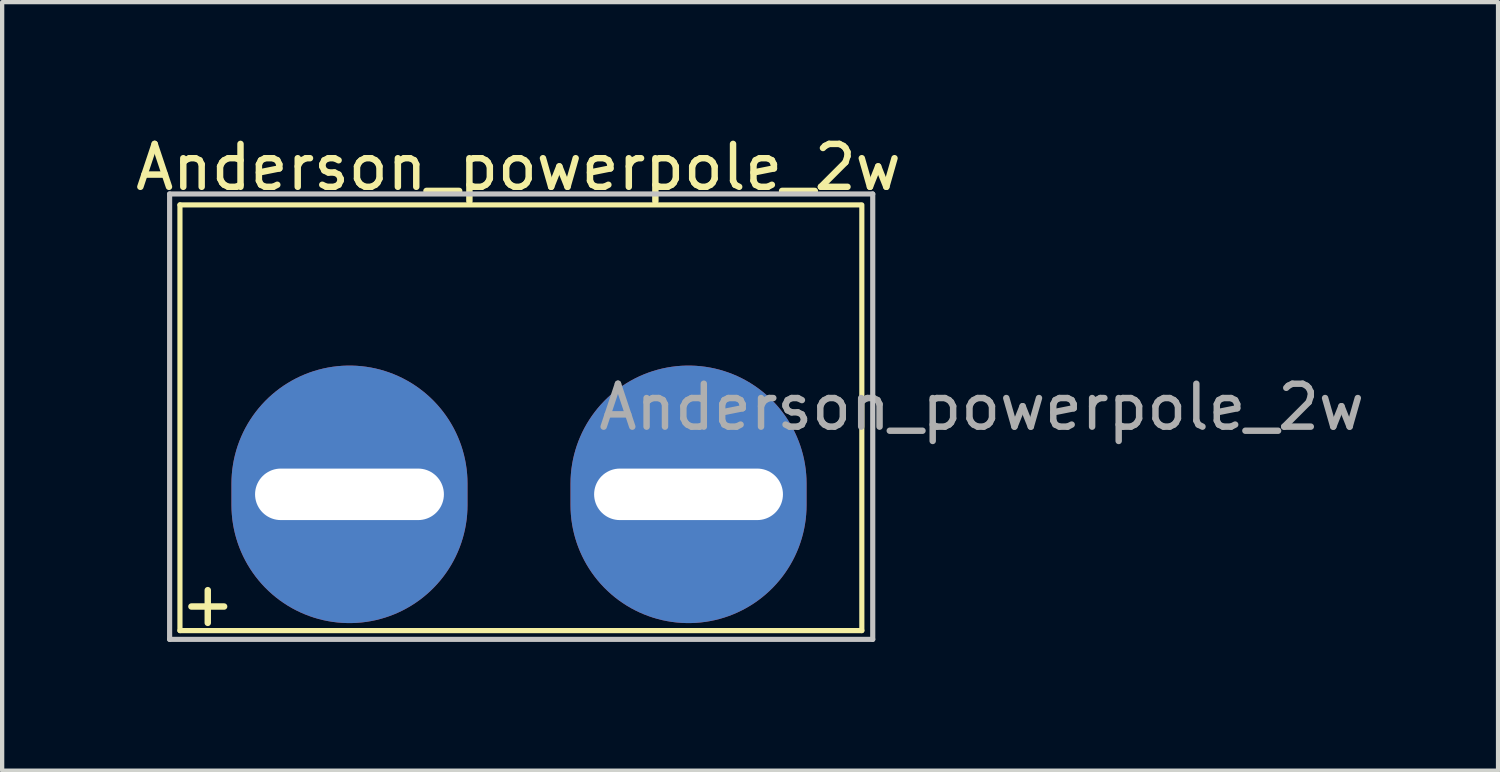
<source format=kicad_pcb>
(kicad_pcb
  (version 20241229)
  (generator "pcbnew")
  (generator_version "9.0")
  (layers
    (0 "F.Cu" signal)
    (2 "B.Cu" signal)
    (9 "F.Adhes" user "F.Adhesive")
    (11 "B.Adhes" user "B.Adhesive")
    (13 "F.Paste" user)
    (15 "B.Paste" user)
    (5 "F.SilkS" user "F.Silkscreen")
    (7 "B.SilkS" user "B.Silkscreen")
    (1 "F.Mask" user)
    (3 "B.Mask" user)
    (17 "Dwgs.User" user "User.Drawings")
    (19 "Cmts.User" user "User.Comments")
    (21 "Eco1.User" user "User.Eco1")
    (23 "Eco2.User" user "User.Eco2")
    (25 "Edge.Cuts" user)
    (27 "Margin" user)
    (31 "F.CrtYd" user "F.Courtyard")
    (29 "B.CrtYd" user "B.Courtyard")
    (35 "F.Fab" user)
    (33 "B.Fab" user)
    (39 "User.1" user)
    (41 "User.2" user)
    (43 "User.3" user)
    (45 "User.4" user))
  (footprint "Anderson_powerpole_2w"
    (layer "F.Cu")
    (at 5.093 8.468)
    (property "Reference" "Anderson_powerpole_2w" (at 3.937 -7.62 0) (layer "F.SilkS") (effects (font (size 1 1) (thickness 0.15))))
    (attr through_hole)
    (fp_line (start -3.95 -6.744) (end -3.95 3.175) (stroke (width 0.12) (type solid)) (layer "F.SilkS"))
    (fp_line (start -3.95 -6.744) (end 11.9 -6.744) (stroke (width 0.12) (type solid)) (layer "F.SilkS"))
    (fp_line (start -3.95 3.175) (end 11.938 3.175) (stroke (width 0.12) (type solid)) (layer "F.SilkS"))
    (fp_line (start 11.938 -6.744) (end 11.938 3.175) (stroke (width 0.12) (type solid)) (layer "F.SilkS"))
    (fp_line (start -4.191 -6.998) (end 12.192 -6.998) (stroke (width 0.12) (type solid)) (layer "Dwgs.User"))
    (fp_line (start -4.191 3.379) (end -4.191 -6.998) (stroke (width 0.12) (type solid)) (layer "Dwgs.User"))
    (fp_line (start 12.192 -6.998) (end 12.192 3.379) (stroke (width 0.12) (type solid)) (layer "Dwgs.User"))
    (fp_line (start 12.192 3.379) (end -4.191 3.379) (stroke (width 0.12) (type solid)) (layer "Dwgs.User"))
    (fp_text user "+" (at -3.302 2.54 0) (layer "F.SilkS") (effects (font (size 1 1) (thickness 0.15))))
    (fp_text user "${REFERENCE}" (at 14.732 -2.032 0) (layer "F.Fab") (effects (font (size 1 1) (thickness 0.15))))
    (pad "1" thru_hole oval (at 0 0) (size 5.5 6) (drill oval 4.4 1.2) (layers "*.Cu" "*.Mask"))
    (pad "2" thru_hole oval (at 7.9 0) (size 5.5 6) (drill oval 4.4 1.2) (layers "*.Cu" "*.Mask")))
  (gr_rect
    (start -3 -3)
    (end 31.855 14.907)
    (stroke (width 0.1) (type default))
    (fill no)
    (layer "Edge.Cuts")))
</source>
